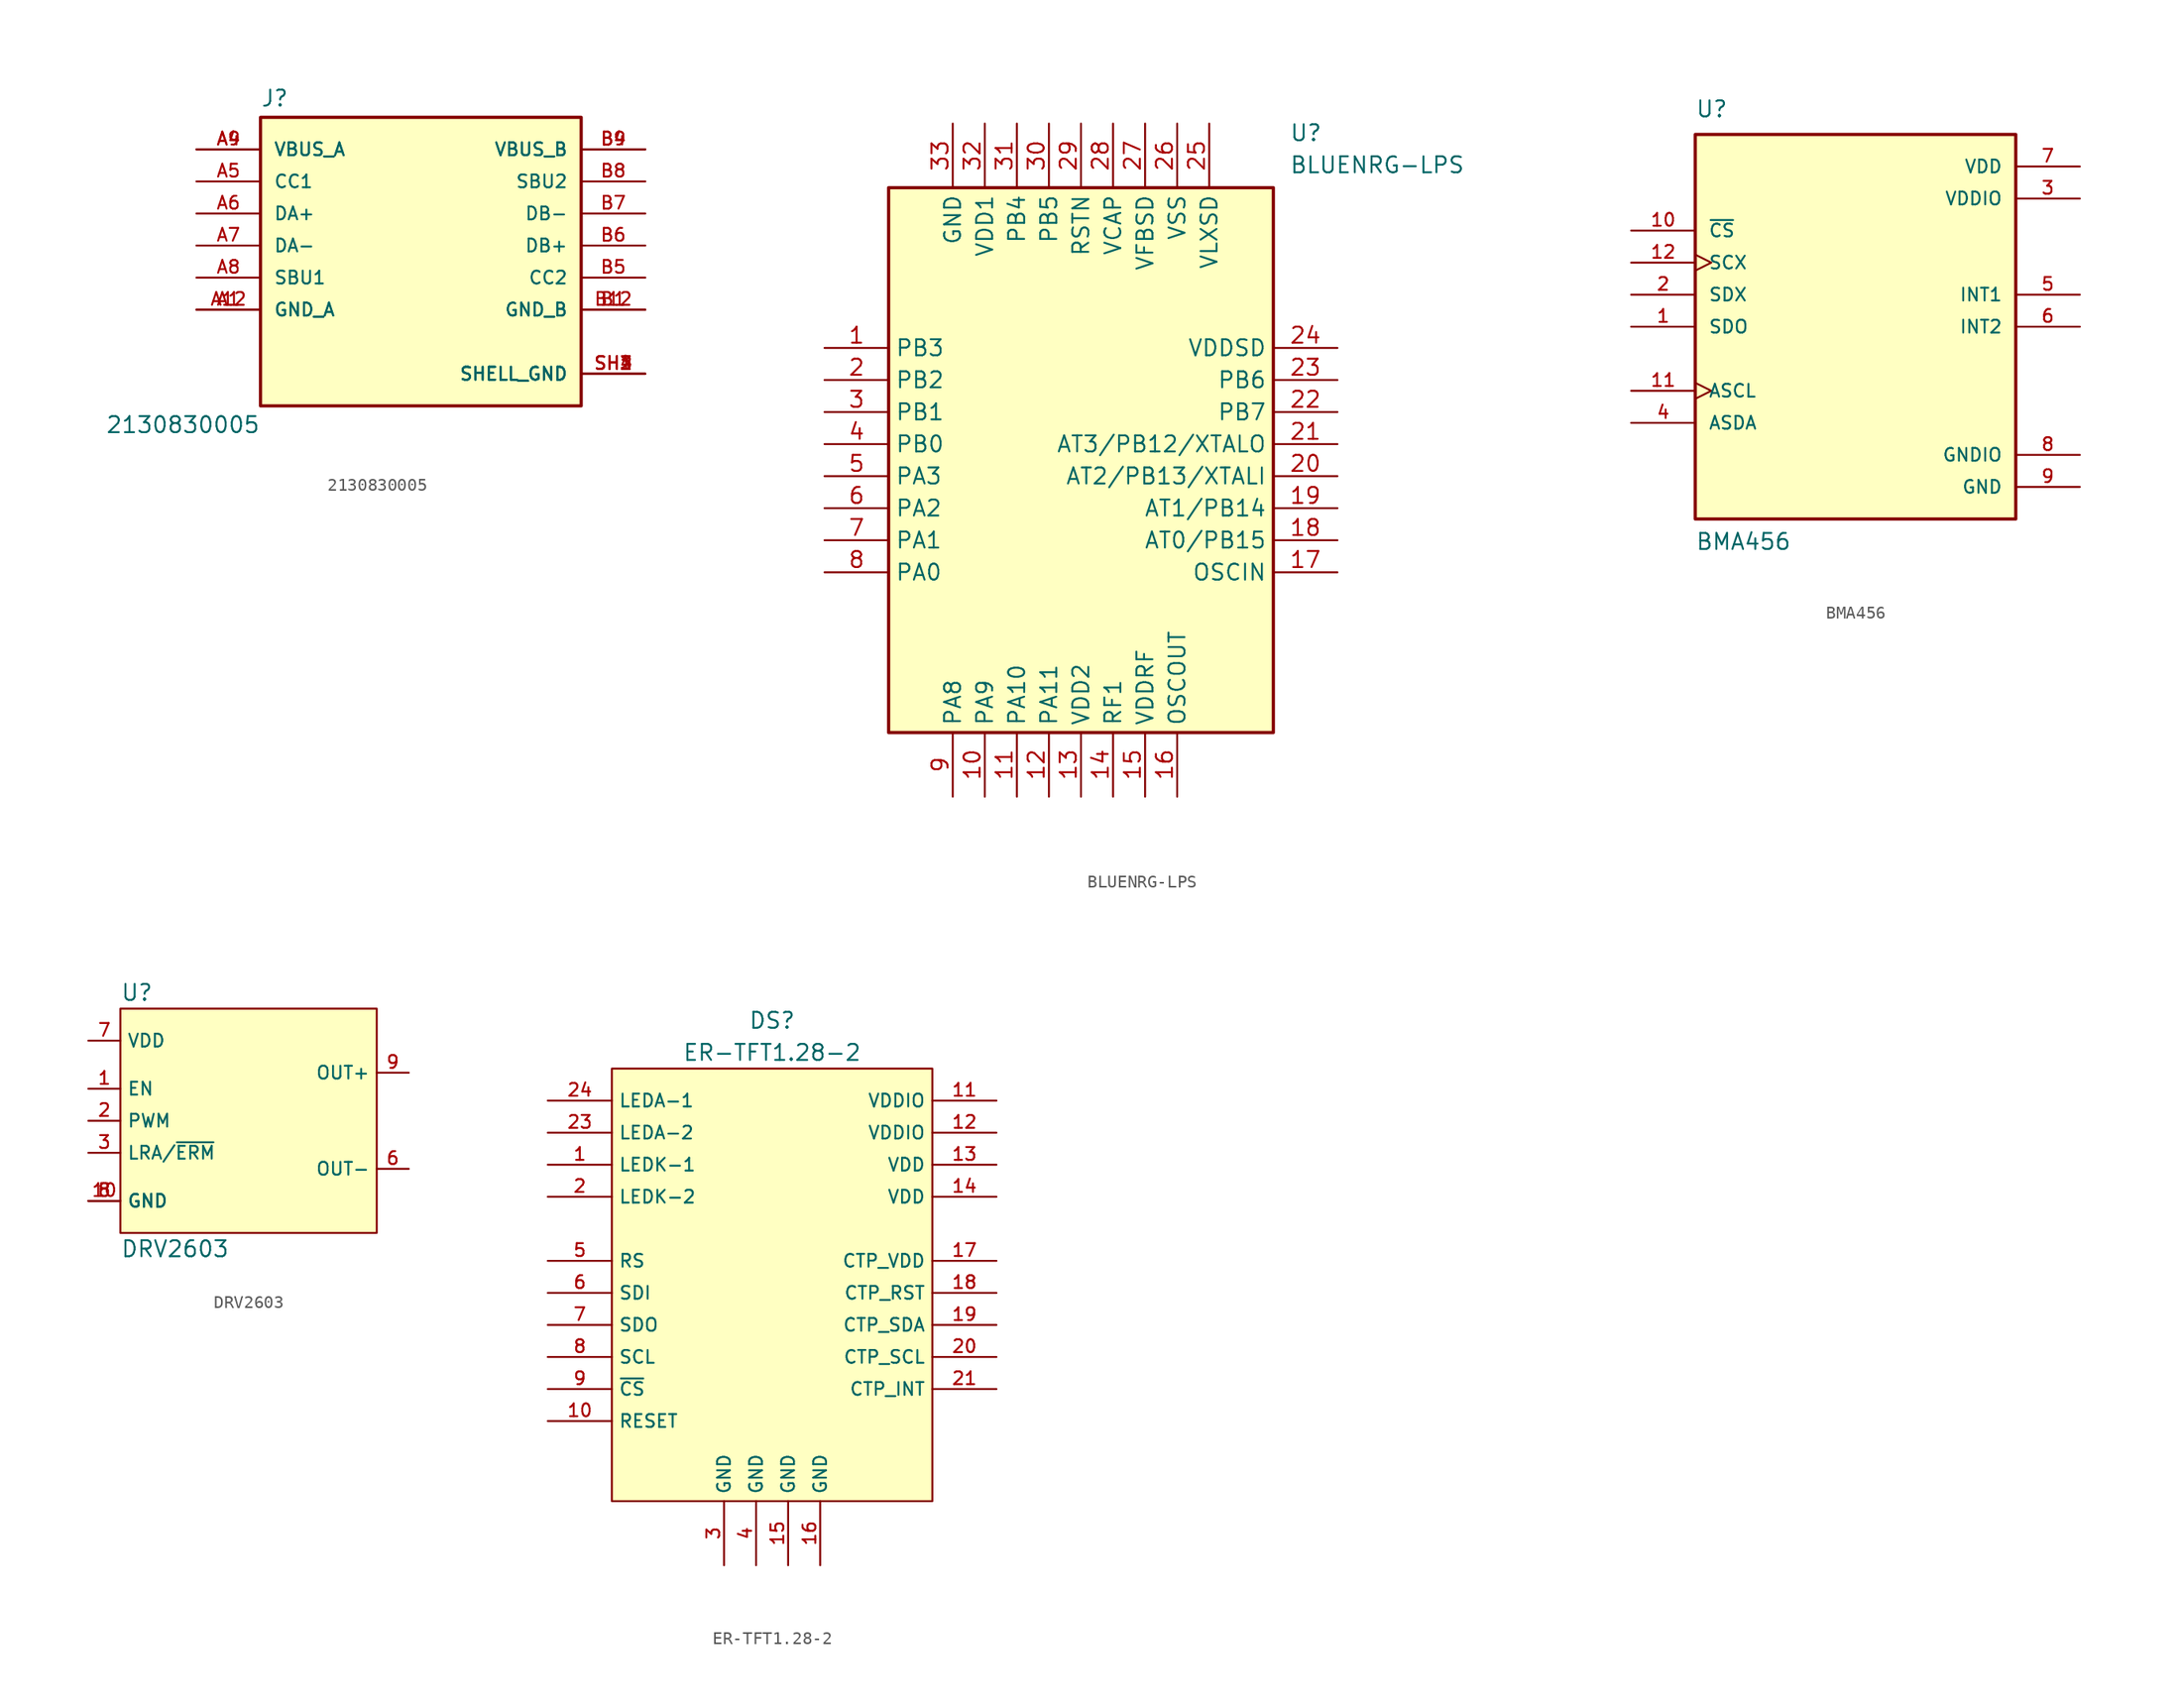
<source format=kicad_sym>
(kicad_symbol_lib
  (version 20220914)
  (generator kicad_symbol_editor)
  (symbol "2130830005"
    (pin_names
      (offset 1.016))
    (property "Reference" "J"
      (at -12.7 13.462 0)
      (effects (font (size 1.27 1.27)) (justify left bottom)))
    (property "Value" "2130830005"
      (at -12.7 -10.922 0)
      (effects (font (size 1.27 1.27)) (justify right top)))
    (symbol "2130830005_0_0"
      (rectangle (start -12.7 -10.16) (end 12.7 12.7) (stroke (width 0.254) (type default)) (fill (type background)))
      (pin power_in line (at -17.78 -2.54 0) (length 5.08) (name "GND_A" (effects (font (size 1.016 1.016)))) (number "A1" (effects (font (size 1.016 1.016)))))
      (pin power_in line (at -17.78 -2.54 0) (length 5.08) (name "GND_A" (effects (font (size 1.016 1.016)))) (number "A12" (effects (font (size 1.016 1.016)))))
      (pin power_in line (at -17.78 10.16 0) (length 5.08) (name "VBUS_A" (effects (font (size 1.016 1.016)))) (number "A4" (effects (font (size 1.016 1.016)))))
      (pin bidirectional line (at -17.78 7.62 0) (length 5.08) (name "CC1" (effects (font (size 1.016 1.016)))) (number "A5" (effects (font (size 1.016 1.016)))))
      (pin bidirectional line (at -17.78 5.08 0) (length 5.08) (name "DA+" (effects (font (size 1.016 1.016)))) (number "A6" (effects (font (size 1.016 1.016)))))
      (pin bidirectional line (at -17.78 2.54 0) (length 5.08) (name "DA-" (effects (font (size 1.016 1.016)))) (number "A7" (effects (font (size 1.016 1.016)))))
      (pin bidirectional line (at -17.78 0 0) (length 5.08) (name "SBU1" (effects (font (size 1.016 1.016)))) (number "A8" (effects (font (size 1.016 1.016)))))
      (pin power_in line (at -17.78 10.16 0) (length 5.08) (name "VBUS_A" (effects (font (size 1.016 1.016)))) (number "A9" (effects (font (size 1.016 1.016)))))
      (pin power_in line (at 17.78 -2.54 180) (length 5.08) (name "GND_B" (effects (font (size 1.016 1.016)))) (number "B1" (effects (font (size 1.016 1.016)))))
      (pin power_in line (at 17.78 -2.54 180) (length 5.08) (name "GND_B" (effects (font (size 1.016 1.016)))) (number "B12" (effects (font (size 1.016 1.016)))))
      (pin power_in line (at 17.78 10.16 180) (length 5.08) (name "VBUS_B" (effects (font (size 1.016 1.016)))) (number "B4" (effects (font (size 1.016 1.016)))))
      (pin bidirectional line (at 17.78 0 180) (length 5.08) (name "CC2" (effects (font (size 1.016 1.016)))) (number "B5" (effects (font (size 1.016 1.016)))))
      (pin bidirectional line (at 17.78 2.54 180) (length 5.08) (name "DB+" (effects (font (size 1.016 1.016)))) (number "B6" (effects (font (size 1.016 1.016)))))
      (pin bidirectional line (at 17.78 5.08 180) (length 5.08) (name "DB-" (effects (font (size 1.016 1.016)))) (number "B7" (effects (font (size 1.016 1.016)))))
      (pin bidirectional line (at 17.78 7.62 180) (length 5.08) (name "SBU2" (effects (font (size 1.016 1.016)))) (number "B8" (effects (font (size 1.016 1.016)))))
      (pin power_in line (at 17.78 10.16 180) (length 5.08) (name "VBUS_B" (effects (font (size 1.016 1.016)))) (number "B9" (effects (font (size 1.016 1.016)))))
      (pin power_in line (at 17.78 -7.62 180) (length 5.08) (name "SHELL_GND" (effects (font (size 1.016 1.016)))) (number "SH1" (effects (font (size 1.016 1.016)))))
      (pin power_in line (at 17.78 -7.62 180) (length 5.08) (name "SHELL_GND" (effects (font (size 1.016 1.016)))) (number "SH2" (effects (font (size 1.016 1.016)))))
      (pin power_in line (at 17.78 -7.62 180) (length 5.08) (name "SHELL_GND" (effects (font (size 1.016 1.016)))) (number "SH3" (effects (font (size 1.016 1.016)))))
      (pin power_in line (at 17.78 -7.62 180) (length 5.08) (name "SHELL_GND" (effects (font (size 1.016 1.016)))) (number "SH4" (effects (font (size 1.016 1.016)))))))
  (symbol "BLUENRG-LPS"
    (property "Reference" "U"
      (at 36.83 17.78 0)
      (effects (font (size 1.27 1.27)) (justify left top)))
    (property "Value" "BLUENRG-LPS"
      (at 36.83 15.24 0)
      (effects (font (size 1.27 1.27)) (justify left top)))
    (symbol "BLUENRG-LPS_1_1"
      (rectangle (start 5.08 12.7) (end 35.56 -30.48) (stroke (width 0.254) (type default)) (fill (type background)))
      (pin passive line (at 0 0 0) (length 5.08) (name "PB3" (effects (font (size 1.27 1.27)))) (number "1" (effects (font (size 1.27 1.27)))))
      (pin passive line (at 12.7 -35.56 90) (length 5.08) (name "PA9" (effects (font (size 1.27 1.27)))) (number "10" (effects (font (size 1.27 1.27)))))
      (pin passive line (at 15.24 -35.56 90) (length 5.08) (name "PA10" (effects (font (size 1.27 1.27)))) (number "11" (effects (font (size 1.27 1.27)))))
      (pin passive line (at 17.78 -35.56 90) (length 5.08) (name "PA11" (effects (font (size 1.27 1.27)))) (number "12" (effects (font (size 1.27 1.27)))))
      (pin passive line (at 20.32 -35.56 90) (length 5.08) (name "VDD2" (effects (font (size 1.27 1.27)))) (number "13" (effects (font (size 1.27 1.27)))))
      (pin passive line (at 22.86 -35.56 90) (length 5.08) (name "RF1" (effects (font (size 1.27 1.27)))) (number "14" (effects (font (size 1.27 1.27)))))
      (pin passive line (at 25.4 -35.56 90) (length 5.08) (name "VDDRF" (effects (font (size 1.27 1.27)))) (number "15" (effects (font (size 1.27 1.27)))))
      (pin passive line (at 27.94 -35.56 90) (length 5.08) (name "OSCOUT" (effects (font (size 1.27 1.27)))) (number "16" (effects (font (size 1.27 1.27)))))
      (pin passive line (at 40.64 -17.78 180) (length 5.08) (name "OSCIN" (effects (font (size 1.27 1.27)))) (number "17" (effects (font (size 1.27 1.27)))))
      (pin passive line (at 40.64 -15.24 180) (length 5.08) (name "AT0/PB15" (effects (font (size 1.27 1.27)))) (number "18" (effects (font (size 1.27 1.27)))))
      (pin passive line (at 40.64 -12.7 180) (length 5.08) (name "AT1/PB14" (effects (font (size 1.27 1.27)))) (number "19" (effects (font (size 1.27 1.27)))))
      (pin passive line (at 0 -2.54 0) (length 5.08) (name "PB2" (effects (font (size 1.27 1.27)))) (number "2" (effects (font (size 1.27 1.27)))))
      (pin passive line (at 40.64 -10.16 180) (length 5.08) (name "AT2/PB13/XTALI" (effects (font (size 1.27 1.27)))) (number "20" (effects (font (size 1.27 1.27)))))
      (pin passive line (at 40.64 -7.62 180) (length 5.08) (name "AT3/PB12/XTALO" (effects (font (size 1.27 1.27)))) (number "21" (effects (font (size 1.27 1.27)))))
      (pin passive line (at 40.64 -5.08 180) (length 5.08) (name "PB7" (effects (font (size 1.27 1.27)))) (number "22" (effects (font (size 1.27 1.27)))))
      (pin passive line (at 40.64 -2.54 180) (length 5.08) (name "PB6" (effects (font (size 1.27 1.27)))) (number "23" (effects (font (size 1.27 1.27)))))
      (pin passive line (at 40.64 0 180) (length 5.08) (name "VDDSD" (effects (font (size 1.27 1.27)))) (number "24" (effects (font (size 1.27 1.27)))))
      (pin passive line (at 30.48 17.78 270) (length 5.08) (name "VLXSD" (effects (font (size 1.27 1.27)))) (number "25" (effects (font (size 1.27 1.27)))))
      (pin passive line (at 27.94 17.78 270) (length 5.08) (name "VSS" (effects (font (size 1.27 1.27)))) (number "26" (effects (font (size 1.27 1.27)))))
      (pin passive line (at 25.4 17.78 270) (length 5.08) (name "VFBSD" (effects (font (size 1.27 1.27)))) (number "27" (effects (font (size 1.27 1.27)))))
      (pin passive line (at 22.86 17.78 270) (length 5.08) (name "VCAP" (effects (font (size 1.27 1.27)))) (number "28" (effects (font (size 1.27 1.27)))))
      (pin passive line (at 20.32 17.78 270) (length 5.08) (name "RSTN" (effects (font (size 1.27 1.27)))) (number "29" (effects (font (size 1.27 1.27)))))
      (pin passive line (at 0 -5.08 0) (length 5.08) (name "PB1" (effects (font (size 1.27 1.27)))) (number "3" (effects (font (size 1.27 1.27)))))
      (pin passive line (at 17.78 17.78 270) (length 5.08) (name "PB5" (effects (font (size 1.27 1.27)))) (number "30" (effects (font (size 1.27 1.27)))))
      (pin passive line (at 15.24 17.78 270) (length 5.08) (name "PB4" (effects (font (size 1.27 1.27)))) (number "31" (effects (font (size 1.27 1.27)))))
      (pin passive line (at 12.7 17.78 270) (length 5.08) (name "VDD1" (effects (font (size 1.27 1.27)))) (number "32" (effects (font (size 1.27 1.27)))))
      (pin passive line (at 10.16 17.78 270) (length 5.08) (name "GND" (effects (font (size 1.27 1.27)))) (number "33" (effects (font (size 1.27 1.27)))))
      (pin passive line (at 0 -7.62 0) (length 5.08) (name "PB0" (effects (font (size 1.27 1.27)))) (number "4" (effects (font (size 1.27 1.27)))))
      (pin passive line (at 0 -10.16 0) (length 5.08) (name "PA3" (effects (font (size 1.27 1.27)))) (number "5" (effects (font (size 1.27 1.27)))))
      (pin passive line (at 0 -12.7 0) (length 5.08) (name "PA2" (effects (font (size 1.27 1.27)))) (number "6" (effects (font (size 1.27 1.27)))))
      (pin passive line (at 0 -15.24 0) (length 5.08) (name "PA1" (effects (font (size 1.27 1.27)))) (number "7" (effects (font (size 1.27 1.27)))))
      (pin passive line (at 0 -17.78 0) (length 5.08) (name "PA0" (effects (font (size 1.27 1.27)))) (number "8" (effects (font (size 1.27 1.27)))))
      (pin passive line (at 10.16 -35.56 90) (length 5.08) (name "PA8" (effects (font (size 1.27 1.27)))) (number "9" (effects (font (size 1.27 1.27)))))))
  (symbol "BMA456"
    (pin_names
      (offset 1.016))
    (property "Reference" "U"
      (at -12.7 16.51 0)
      (effects (font (size 1.27 1.27)) (justify left bottom)))
    (property "Value" "BMA456"
      (at -12.7 -17.78 0)
      (effects (font (size 1.27 1.27)) (justify left bottom)))
    (symbol "BMA456_0_0"
      (rectangle (start -12.7 -15.24) (end 12.7 15.24) (stroke (width 0.254) (type default)) (fill (type background)))
      (pin bidirectional line (at -17.78 0 0) (length 5.08) (name "SDO" (effects (font (size 1.016 1.016)))) (number "1" (effects (font (size 1.016 1.016)))))
      (pin input line (at -17.78 7.62 0) (length 5.08) (name "~{CS}" (effects (font (size 1.016 1.016)))) (number "10" (effects (font (size 1.016 1.016)))))
      (pin output clock (at -17.78 -5.08 0) (length 5.08) (name "ASCL" (effects (font (size 1.016 1.016)))) (number "11" (effects (font (size 1.016 1.016)))))
      (pin input clock (at -17.78 5.08 0) (length 5.08) (name "SCX" (effects (font (size 1.016 1.016)))) (number "12" (effects (font (size 1.016 1.016)))))
      (pin bidirectional line (at -17.78 2.54 0) (length 5.08) (name "SDX" (effects (font (size 1.016 1.016)))) (number "2" (effects (font (size 1.016 1.016)))))
      (pin power_in line (at 17.78 10.16 180) (length 5.08) (name "VDDIO" (effects (font (size 1.016 1.016)))) (number "3" (effects (font (size 1.016 1.016)))))
      (pin bidirectional line (at -17.78 -7.62 0) (length 5.08) (name "ASDA" (effects (font (size 1.016 1.016)))) (number "4" (effects (font (size 1.016 1.016)))))
      (pin bidirectional line (at 17.78 2.54 180) (length 5.08) (name "INT1" (effects (font (size 1.016 1.016)))) (number "5" (effects (font (size 1.016 1.016)))))
      (pin bidirectional line (at 17.78 0 180) (length 5.08) (name "INT2" (effects (font (size 1.016 1.016)))) (number "6" (effects (font (size 1.016 1.016)))))
      (pin power_in line (at 17.78 12.7 180) (length 5.08) (name "VDD" (effects (font (size 1.016 1.016)))) (number "7" (effects (font (size 1.016 1.016)))))
      (pin power_in line (at 17.78 -10.16 180) (length 5.08) (name "GNDIO" (effects (font (size 1.016 1.016)))) (number "8" (effects (font (size 1.016 1.016)))))
      (pin power_in line (at 17.78 -12.7 180) (length 5.08) (name "GND" (effects (font (size 1.016 1.016)))) (number "9" (effects (font (size 1.016 1.016)))))))
  (symbol "DRV2603"
    (property "Reference" "U"
      (at 2.54 3.81 0)
      (effects (font (size 1.27 1.27)) (justify left)))
    (property "Value" "DRV2603"
      (at 2.54 -16.51 0)
      (effects (font (size 1.27 1.27)) (justify left)))
    (symbol "DRV2603_1_1"
      (rectangle (start 2.54 2.54) (end 22.86 -15.24) (stroke (width 0) (type default)) (fill (type background)))
      (pin input line (at 0 -3.81 0) (length 2.54) (name "EN" (effects (font (size 1.016 1.016)))) (number "1" (effects (font (size 1.016 1.016)))))
      (pin input line (at 0 -12.7 0) (length 2.54) (name "GND" (effects (font (size 1.016 1.016)))) (number "10" (effects (font (size 1.016 1.016)))))
      (pin input line (at 0 -6.35 0) (length 2.54) (name "PWM" (effects (font (size 1.016 1.016)))) (number "2" (effects (font (size 1.016 1.016)))))
      (pin input line (at 0 -8.89 0) (length 2.54) (name "LRA/~{ERM}" (effects (font (size 1.016 1.016)))) (number "3" (effects (font (size 1.016 1.016)))))
      (pin input line (at 0 -12.7 0) (length 2.54) (name "GND" (effects (font (size 1.016 1.016)))) (number "5" (effects (font (size 1.016 1.016)))))
      (pin output line (at 25.4 -10.16 180) (length 2.54) (name "OUT-" (effects (font (size 1.016 1.016)))) (number "6" (effects (font (size 1.016 1.016)))))
      (pin power_in line (at 0 0 0) (length 2.54) (name "VDD" (effects (font (size 1.016 1.016)))) (number "7" (effects (font (size 1.016 1.016)))))
      (pin input line (at 0 -12.7 0) (length 2.54) (name "GND" (effects (font (size 1.016 1.016)))) (number "8" (effects (font (size 1.016 1.016)))))
      (pin output line (at 25.4 -2.54 180) (length 2.54) (name "OUT+" (effects (font (size 1.016 1.016)))) (number "9" (effects (font (size 1.016 1.016)))))))
  (symbol "ER-TFT1.28-2"
    (property "Reference" "DS"
      (at 0 16.51 0)
      (effects (font (size 1.27 1.27))))
    (property "Value" "ER-TFT1.28-2"
      (at 0 13.97 0)
      (effects (font (size 1.27 1.27))))
    (symbol "ER-TFT1.28-2_0_1"
      (rectangle (start -12.7 12.7) (end 12.7 -21.59) (stroke (width 0) (type default)) (fill (type background))))
    (symbol "ER-TFT1.28-2_1_1"
      (pin input line (at -17.78 5.08 0) (length 5.08) (name "LEDK-1" (effects (font (size 1.016 1.016)))) (number "1" (effects (font (size 1.016 1.016)))))
      (pin input line (at -17.78 -15.24 0) (length 5.08) (name "RESET" (effects (font (size 1.016 1.016)))) (number "10" (effects (font (size 1.016 1.016)))))
      (pin power_in line (at 17.78 10.16 180) (length 5.08) (name "VDDIO" (effects (font (size 1.016 1.016)))) (number "11" (effects (font (size 1.016 1.016)))))
      (pin power_in line (at 17.78 7.62 180) (length 5.08) (name "VDDIO" (effects (font (size 1.016 1.016)))) (number "12" (effects (font (size 1.016 1.016)))))
      (pin power_in line (at 17.78 5.08 180) (length 5.08) (name "VDD" (effects (font (size 1.016 1.016)))) (number "13" (effects (font (size 1.016 1.016)))))
      (pin power_in line (at 17.78 2.54 180) (length 5.08) (name "VDD" (effects (font (size 1.016 1.016)))) (number "14" (effects (font (size 1.016 1.016)))))
      (pin power_in line (at 1.27 -26.67 90) (length 5.08) (name "GND" (effects (font (size 1.016 1.016)))) (number "15" (effects (font (size 1.016 1.016)))))
      (pin power_in line (at 3.81 -26.67 90) (length 5.08) (name "GND" (effects (font (size 1.016 1.016)))) (number "16" (effects (font (size 1.016 1.016)))))
      (pin power_in line (at 17.78 -2.54 180) (length 5.08) (name "CTP_VDD" (effects (font (size 1.016 1.016)))) (number "17" (effects (font (size 1.016 1.016)))))
      (pin input line (at 17.78 -5.08 180) (length 5.08) (name "CTP_RST" (effects (font (size 1.016 1.016)))) (number "18" (effects (font (size 1.016 1.016)))))
      (pin bidirectional line (at 17.78 -7.62 180) (length 5.08) (name "CTP_SDA" (effects (font (size 1.016 1.016)))) (number "19" (effects (font (size 1.016 1.016)))))
      (pin input line (at -17.78 2.54 0) (length 5.08) (name "LEDK-2" (effects (font (size 1.016 1.016)))) (number "2" (effects (font (size 1.016 1.016)))))
      (pin input line (at 17.78 -10.16 180) (length 5.08) (name "CTP_SCL" (effects (font (size 1.016 1.016)))) (number "20" (effects (font (size 1.016 1.016)))))
      (pin output line (at 17.78 -12.7 180) (length 5.08) (name "CTP_INT" (effects (font (size 1.016 1.016)))) (number "21" (effects (font (size 1.016 1.016)))))
      (pin input line (at -17.78 7.62 0) (length 5.08) (name "LEDA-2" (effects (font (size 1.016 1.016)))) (number "23" (effects (font (size 1.016 1.016)))))
      (pin input line (at -17.78 10.16 0) (length 5.08) (name "LEDA-1" (effects (font (size 1.016 1.016)))) (number "24" (effects (font (size 1.016 1.016)))))
      (pin power_in line (at -3.81 -26.67 90) (length 5.08) (name "GND" (effects (font (size 1.016 1.016)))) (number "3" (effects (font (size 1.016 1.016)))))
      (pin power_in line (at -1.27 -26.67 90) (length 5.08) (name "GND" (effects (font (size 1.016 1.016)))) (number "4" (effects (font (size 1.016 1.016)))))
      (pin input line (at -17.78 -2.54 0) (length 5.08) (name "RS" (effects (font (size 1.016 1.016)))) (number "5" (effects (font (size 1.016 1.016)))))
      (pin input line (at -17.78 -5.08 0) (length 5.08) (name "SDI" (effects (font (size 1.016 1.016)))) (number "6" (effects (font (size 1.016 1.016)))))
      (pin output line (at -17.78 -7.62 0) (length 5.08) (name "SDO" (effects (font (size 1.016 1.016)))) (number "7" (effects (font (size 1.016 1.016)))))
      (pin input line (at -17.78 -10.16 0) (length 5.08) (name "SCL" (effects (font (size 1.016 1.016)))) (number "8" (effects (font (size 1.016 1.016)))))
      (pin input line (at -17.78 -12.7 0) (length 5.08) (name "~{CS}" (effects (font (size 1.016 1.016)))) (number "9" (effects (font (size 1.016 1.016))))))))
</source>
